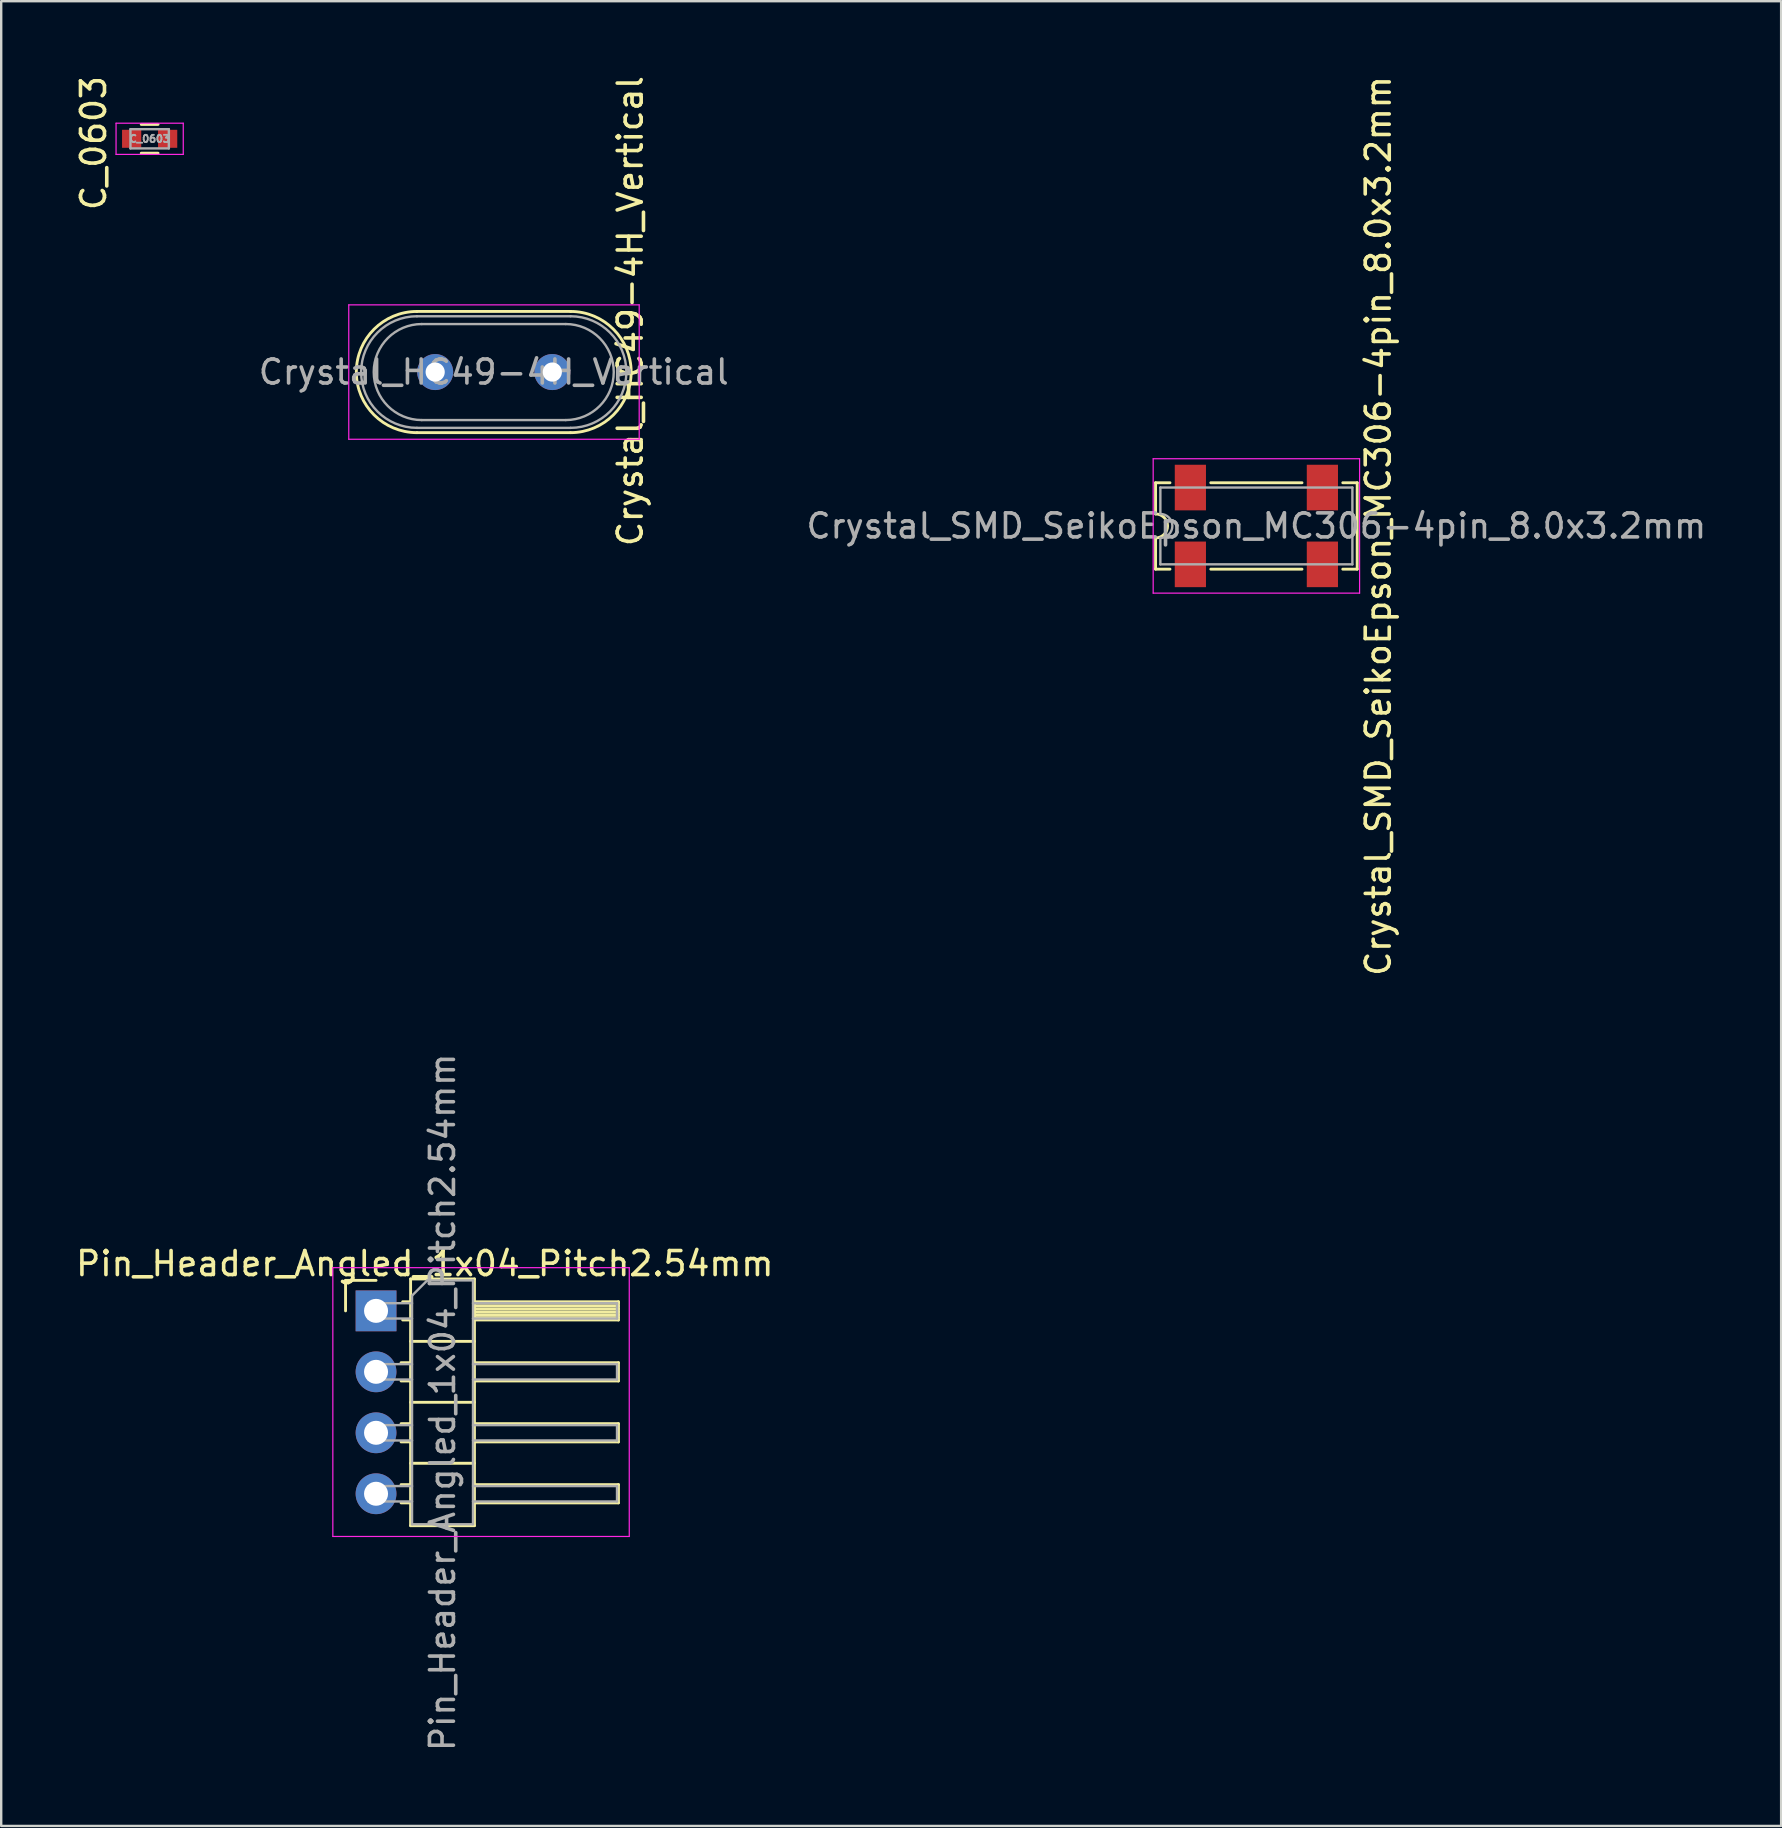
<source format=kicad_pcb>
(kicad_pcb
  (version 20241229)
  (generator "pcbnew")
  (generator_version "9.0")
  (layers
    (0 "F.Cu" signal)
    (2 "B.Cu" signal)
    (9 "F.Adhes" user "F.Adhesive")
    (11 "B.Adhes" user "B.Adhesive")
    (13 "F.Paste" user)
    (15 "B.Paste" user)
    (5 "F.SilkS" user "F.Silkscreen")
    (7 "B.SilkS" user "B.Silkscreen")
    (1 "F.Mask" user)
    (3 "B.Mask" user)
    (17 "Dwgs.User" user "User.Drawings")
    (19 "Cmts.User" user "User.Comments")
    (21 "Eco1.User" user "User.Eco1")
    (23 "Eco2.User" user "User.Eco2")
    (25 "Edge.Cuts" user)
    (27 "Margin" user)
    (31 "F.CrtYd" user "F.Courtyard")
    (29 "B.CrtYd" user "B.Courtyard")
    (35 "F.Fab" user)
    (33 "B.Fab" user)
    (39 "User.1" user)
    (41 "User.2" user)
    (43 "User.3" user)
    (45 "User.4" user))
  (footprint "Pin_Header_Angled_1x04_Pitch2.54mm"
    (layer "F.Cu")
    (at 12.617 51.565)
    (property "Reference" "Pin_Header_Angled_1x04_Pitch2.54mm" (at 2.032 -1.968 0) (layer "F.SilkS") (effects (font (size 1 1) (thickness 0.15))))
    (attr through_hole)
    (fp_line (start -1.27 -1.27) (end 0 -1.27) (stroke (width 0.12) (type solid)) (layer "F.SilkS"))
    (fp_line (start -1.27 0) (end -1.27 -1.27) (stroke (width 0.12) (type solid)) (layer "F.SilkS"))
    (fp_line (start 1.043 2.16) (end 1.44 2.16) (stroke (width 0.12) (type solid)) (layer "F.SilkS"))
    (fp_line (start 1.043 2.92) (end 1.44 2.92) (stroke (width 0.12) (type solid)) (layer "F.SilkS"))
    (fp_line (start 1.043 4.7) (end 1.44 4.7) (stroke (width 0.12) (type solid)) (layer "F.SilkS"))
    (fp_line (start 1.043 5.46) (end 1.44 5.46) (stroke (width 0.12) (type solid)) (layer "F.SilkS"))
    (fp_line (start 1.043 7.24) (end 1.44 7.24) (stroke (width 0.12) (type solid)) (layer "F.SilkS"))
    (fp_line (start 1.043 8) (end 1.44 8) (stroke (width 0.12) (type solid)) (layer "F.SilkS"))
    (fp_line (start 1.11 -0.38) (end 1.44 -0.38) (stroke (width 0.12) (type solid)) (layer "F.SilkS"))
    (fp_line (start 1.11 0.38) (end 1.44 0.38) (stroke (width 0.12) (type solid)) (layer "F.SilkS"))
    (fp_line (start 1.44 -1.33) (end 1.44 8.95) (stroke (width 0.12) (type solid)) (layer "F.SilkS"))
    (fp_line (start 1.44 1.27) (end 4.1 1.27) (stroke (width 0.12) (type solid)) (layer "F.SilkS"))
    (fp_line (start 1.44 3.81) (end 4.1 3.81) (stroke (width 0.12) (type solid)) (layer "F.SilkS"))
    (fp_line (start 1.44 6.35) (end 4.1 6.35) (stroke (width 0.12) (type solid)) (layer "F.SilkS"))
    (fp_line (start 1.44 8.95) (end 4.1 8.95) (stroke (width 0.12) (type solid)) (layer "F.SilkS"))
    (fp_line (start 4.1 -1.33) (end 1.44 -1.33) (stroke (width 0.12) (type solid)) (layer "F.SilkS"))
    (fp_line (start 4.1 -0.38) (end 10.1 -0.38) (stroke (width 0.12) (type solid)) (layer "F.SilkS"))
    (fp_line (start 4.1 -0.32) (end 10.1 -0.32) (stroke (width 0.12) (type solid)) (layer "F.SilkS"))
    (fp_line (start 4.1 -0.2) (end 10.1 -0.2) (stroke (width 0.12) (type solid)) (layer "F.SilkS"))
    (fp_line (start 4.1 -0.08) (end 10.1 -0.08) (stroke (width 0.12) (type solid)) (layer "F.SilkS"))
    (fp_line (start 4.1 0.04) (end 10.1 0.04) (stroke (width 0.12) (type solid)) (layer "F.SilkS"))
    (fp_line (start 4.1 0.16) (end 10.1 0.16) (stroke (width 0.12) (type solid)) (layer "F.SilkS"))
    (fp_line (start 4.1 0.28) (end 10.1 0.28) (stroke (width 0.12) (type solid)) (layer "F.SilkS"))
    (fp_line (start 4.1 2.16) (end 10.1 2.16) (stroke (width 0.12) (type solid)) (layer "F.SilkS"))
    (fp_line (start 4.1 4.7) (end 10.1 4.7) (stroke (width 0.12) (type solid)) (layer "F.SilkS"))
    (fp_line (start 4.1 7.24) (end 10.1 7.24) (stroke (width 0.12) (type solid)) (layer "F.SilkS"))
    (fp_line (start 4.1 8.95) (end 4.1 -1.33) (stroke (width 0.12) (type solid)) (layer "F.SilkS"))
    (fp_line (start 10.1 -0.38) (end 10.1 0.38) (stroke (width 0.12) (type solid)) (layer "F.SilkS"))
    (fp_line (start 10.1 0.38) (end 4.1 0.38) (stroke (width 0.12) (type solid)) (layer "F.SilkS"))
    (fp_line (start 10.1 2.16) (end 10.1 2.92) (stroke (width 0.12) (type solid)) (layer "F.SilkS"))
    (fp_line (start 10.1 2.92) (end 4.1 2.92) (stroke (width 0.12) (type solid)) (layer "F.SilkS"))
    (fp_line (start 10.1 4.7) (end 10.1 5.46) (stroke (width 0.12) (type solid)) (layer "F.SilkS"))
    (fp_line (start 10.1 5.46) (end 4.1 5.46) (stroke (width 0.12) (type solid)) (layer "F.SilkS"))
    (fp_line (start 10.1 7.24) (end 10.1 8) (stroke (width 0.12) (type solid)) (layer "F.SilkS"))
    (fp_line (start 10.1 8) (end 4.1 8) (stroke (width 0.12) (type solid)) (layer "F.SilkS"))
    (fp_line (start -1.8 -1.8) (end -1.8 9.4) (stroke (width 0.05) (type solid)) (layer "F.CrtYd"))
    (fp_line (start -1.8 9.4) (end 10.55 9.4) (stroke (width 0.05) (type solid)) (layer "F.CrtYd"))
    (fp_line (start 10.55 -1.8) (end -1.8 -1.8) (stroke (width 0.05) (type solid)) (layer "F.CrtYd"))
    (fp_line (start 10.55 9.4) (end 10.55 -1.8) (stroke (width 0.05) (type solid)) (layer "F.CrtYd"))
    (fp_line (start -0.32 -0.32) (end -0.32 0.32) (stroke (width 0.1) (type solid)) (layer "F.Fab"))
    (fp_line (start -0.32 -0.32) (end 1.5 -0.32) (stroke (width 0.1) (type solid)) (layer "F.Fab"))
    (fp_line (start -0.32 0.32) (end 1.5 0.32) (stroke (width 0.1) (type solid)) (layer "F.Fab"))
    (fp_line (start -0.32 2.22) (end -0.32 2.86) (stroke (width 0.1) (type solid)) (layer "F.Fab"))
    (fp_line (start -0.32 2.22) (end 1.5 2.22) (stroke (width 0.1) (type solid)) (layer "F.Fab"))
    (fp_line (start -0.32 2.86) (end 1.5 2.86) (stroke (width 0.1) (type solid)) (layer "F.Fab"))
    (fp_line (start -0.32 4.76) (end -0.32 5.4) (stroke (width 0.1) (type solid)) (layer "F.Fab"))
    (fp_line (start -0.32 4.76) (end 1.5 4.76) (stroke (width 0.1) (type solid)) (layer "F.Fab"))
    (fp_line (start -0.32 5.4) (end 1.5 5.4) (stroke (width 0.1) (type solid)) (layer "F.Fab"))
    (fp_line (start -0.32 7.3) (end -0.32 7.94) (stroke (width 0.1) (type solid)) (layer "F.Fab"))
    (fp_line (start -0.32 7.3) (end 1.5 7.3) (stroke (width 0.1) (type solid)) (layer "F.Fab"))
    (fp_line (start -0.32 7.94) (end 1.5 7.94) (stroke (width 0.1) (type solid)) (layer "F.Fab"))
    (fp_line (start 1.5 -0.635) (end 2.135 -1.27) (stroke (width 0.1) (type solid)) (layer "F.Fab"))
    (fp_line (start 1.5 8.89) (end 1.5 -0.635) (stroke (width 0.1) (type solid)) (layer "F.Fab"))
    (fp_line (start 2.135 -1.27) (end 4.04 -1.27) (stroke (width 0.1) (type solid)) (layer "F.Fab"))
    (fp_line (start 4.04 -1.27) (end 4.04 8.89) (stroke (width 0.1) (type solid)) (layer "F.Fab"))
    (fp_line (start 4.04 -0.32) (end 10.04 -0.32) (stroke (width 0.1) (type solid)) (layer "F.Fab"))
    (fp_line (start 4.04 0.32) (end 10.04 0.32) (stroke (width 0.1) (type solid)) (layer "F.Fab"))
    (fp_line (start 4.04 2.22) (end 10.04 2.22) (stroke (width 0.1) (type solid)) (layer "F.Fab"))
    (fp_line (start 4.04 2.86) (end 10.04 2.86) (stroke (width 0.1) (type solid)) (layer "F.Fab"))
    (fp_line (start 4.04 4.76) (end 10.04 4.76) (stroke (width 0.1) (type solid)) (layer "F.Fab"))
    (fp_line (start 4.04 5.4) (end 10.04 5.4) (stroke (width 0.1) (type solid)) (layer "F.Fab"))
    (fp_line (start 4.04 7.3) (end 10.04 7.3) (stroke (width 0.1) (type solid)) (layer "F.Fab"))
    (fp_line (start 4.04 7.94) (end 10.04 7.94) (stroke (width 0.1) (type solid)) (layer "F.Fab"))
    (fp_line (start 4.04 8.89) (end 1.5 8.89) (stroke (width 0.1) (type solid)) (layer "F.Fab"))
    (fp_line (start 10.04 -0.32) (end 10.04 0.32) (stroke (width 0.1) (type solid)) (layer "F.Fab"))
    (fp_line (start 10.04 2.22) (end 10.04 2.86) (stroke (width 0.1) (type solid)) (layer "F.Fab"))
    (fp_line (start 10.04 4.76) (end 10.04 5.4) (stroke (width 0.1) (type solid)) (layer "F.Fab"))
    (fp_line (start 10.04 7.3) (end 10.04 7.94) (stroke (width 0.1) (type solid)) (layer "F.Fab"))
    (fp_text user "${REFERENCE}" (at 2.77 3.81 90) (layer "F.Fab") (effects (font (size 1 1) (thickness 0.15))))
    (pad "1" thru_hole rect (at 0 0) (size 1.7 1.7) (drill 1) (layers "*.Cu" "*.Mask"))
    (pad "2" thru_hole oval (at 0 2.54) (size 1.7 1.7) (drill 1) (layers "*.Cu" "*.Mask"))
    (pad "3" thru_hole oval (at 0 5.08) (size 1.7 1.7) (drill 1) (layers "*.Cu" "*.Mask"))
    (pad "4" thru_hole oval (at 0 7.62) (size 1.7 1.7) (drill 1) (layers "*.Cu" "*.Mask")))
  (footprint "Crystal_HC49-4H_Vertical"
    (layer "F.Cu")
    (at 15.081 12.451)
    (property "Reference" "Crystal_HC49-4H_Vertical" (at 8.128 -2.54 90) (layer "F.SilkS") (effects (font (size 1 1) (thickness 0.15))))
    (attr through_hole)
    (fp_line (start -0.76 -2.525) (end 5.64 -2.525) (stroke (width 0.12) (type solid)) (layer "F.SilkS"))
    (fp_line (start -0.76 2.525) (end 5.64 2.525) (stroke (width 0.12) (type solid)) (layer "F.SilkS"))
    (fp_arc (start -0.76 2.525) (mid -3.285 0) (end -0.76 -2.525) (stroke (width 0.12) (type solid)) (layer "F.SilkS"))
    (fp_arc (start 5.64 -2.525) (mid 8.165 0) (end 5.64 2.525) (stroke (width 0.12) (type solid)) (layer "F.SilkS"))
    (fp_line (start -3.6 -2.8) (end -3.6 2.8) (stroke (width 0.05) (type solid)) (layer "F.CrtYd"))
    (fp_line (start -3.6 2.8) (end 8.5 2.8) (stroke (width 0.05) (type solid)) (layer "F.CrtYd"))
    (fp_line (start 8.5 -2.8) (end -3.6 -2.8) (stroke (width 0.05) (type solid)) (layer "F.CrtYd"))
    (fp_line (start 8.5 2.8) (end 8.5 -2.8) (stroke (width 0.05) (type solid)) (layer "F.CrtYd"))
    (fp_line (start -0.76 -2.325) (end 5.64 -2.325) (stroke (width 0.1) (type solid)) (layer "F.Fab"))
    (fp_line (start -0.76 2.325) (end 5.64 2.325) (stroke (width 0.1) (type solid)) (layer "F.Fab"))
    (fp_line (start -0.56 -2) (end 5.44 -2) (stroke (width 0.1) (type solid)) (layer "F.Fab"))
    (fp_line (start -0.56 2) (end 5.44 2) (stroke (width 0.1) (type solid)) (layer "F.Fab"))
    (fp_arc (start -0.76 2.325) (mid -3.085 0) (end -0.76 -2.325) (stroke (width 0.1) (type solid)) (layer "F.Fab"))
    (fp_arc (start -0.56 2) (mid -2.56 0) (end -0.56 -2) (stroke (width 0.1) (type solid)) (layer "F.Fab"))
    (fp_arc (start 5.44 -2) (mid 7.44 0) (end 5.44 2) (stroke (width 0.1) (type solid)) (layer "F.Fab"))
    (fp_arc (start 5.64 -2.325) (mid 7.965 0) (end 5.64 2.325) (stroke (width 0.1) (type solid)) (layer "F.Fab"))
    (fp_text user "${REFERENCE}" (at 2.44 0 180) (layer "F.Fab") (effects (font (size 1 1) (thickness 0.15))))
    (pad "1" thru_hole circle (at 0 0) (size 1.5 1.5) (drill 0.8) (layers "*.Cu" "*.Mask"))
    (pad "2" thru_hole circle (at 4.88 0) (size 1.5 1.5) (drill 0.8) (layers "*.Cu" "*.Mask")))
  (footprint "C_0603"
    (layer "F.Cu")
    (at 3.185 2.733)
    (property "Reference" "C_0603" (at -2.337 0.178 270) (layer "F.SilkS") (effects (font (size 1 1) (thickness 0.15))))
    (attr smd)
    (fp_line (start -0.35 -0.6) (end 0.35 -0.6) (stroke (width 0.12) (type solid)) (layer "F.SilkS"))
    (fp_line (start 0.35 0.6) (end -0.35 0.6) (stroke (width 0.12) (type solid)) (layer "F.SilkS"))
    (fp_line (start -1.4 -0.65) (end -1.4 0.65) (stroke (width 0.05) (type solid)) (layer "F.CrtYd"))
    (fp_line (start -1.4 -0.65) (end 1.4 -0.65) (stroke (width 0.05) (type solid)) (layer "F.CrtYd"))
    (fp_line (start 1.4 0.65) (end -1.4 0.65) (stroke (width 0.05) (type solid)) (layer "F.CrtYd"))
    (fp_line (start 1.4 0.65) (end 1.4 -0.65) (stroke (width 0.05) (type solid)) (layer "F.CrtYd"))
    (fp_line (start -0.8 -0.4) (end 0.8 -0.4) (stroke (width 0.1) (type solid)) (layer "F.Fab"))
    (fp_line (start -0.8 0.4) (end -0.8 -0.4) (stroke (width 0.1) (type solid)) (layer "F.Fab"))
    (fp_line (start 0.8 -0.4) (end 0.8 0.4) (stroke (width 0.1) (type solid)) (layer "F.Fab"))
    (fp_line (start 0.8 0.4) (end -0.8 0.4) (stroke (width 0.1) (type solid)) (layer "F.Fab"))
    (fp_text user "${REFERENCE}" (at 0 0 0) (layer "F.Fab") (effects (font (size 0.3 0.3) (thickness 0.075))))
    (pad "1" smd rect (at -0.75 0) (size 0.8 0.75) (layers "F.Cu" "F.Mask" "F.Paste"))
    (pad "2" smd rect (at 0.75 0) (size 0.8 0.75) (layers "F.Cu" "F.Mask" "F.Paste")))
  (footprint "Crystal_SMD_SeikoEpson_MC306-4pin_8.0x3.2mm"
    (layer "F.Cu")
    (at 49.295 18.863)
    (property "Reference" "Crystal_SMD_SeikoEpson_MC306-4pin_8.0x3.2mm" (at 5.08 0 90) (layer "F.SilkS") (effects (font (size 1 1) (thickness 0.15))))
    (attr smd)
    (fp_line (start -4.2 -1.8) (end -3.6 -1.8) (stroke (width 0.12) (type solid)) (layer "F.SilkS"))
    (fp_line (start -4.2 -0.5) (end -4.2 -1.8) (stroke (width 0.12) (type solid)) (layer "F.SilkS"))
    (fp_line (start -4.2 1.8) (end -4.2 0.5) (stroke (width 0.12) (type solid)) (layer "F.SilkS"))
    (fp_line (start -4.2 1.8) (end -3.6 1.8) (stroke (width 0.12) (type solid)) (layer "F.SilkS"))
    (fp_line (start -1.9 -1.8) (end 1.9 -1.8) (stroke (width 0.12) (type solid)) (layer "F.SilkS"))
    (fp_line (start 1.9 1.8) (end -1.9 1.8) (stroke (width 0.12) (type solid)) (layer "F.SilkS"))
    (fp_line (start 3.6 -1.8) (end 4.2 -1.8) (stroke (width 0.12) (type solid)) (layer "F.SilkS"))
    (fp_line (start 4.2 -1.8) (end 4.2 1.8) (stroke (width 0.12) (type solid)) (layer "F.SilkS"))
    (fp_line (start 4.2 1.8) (end 3.6 1.8) (stroke (width 0.12) (type solid)) (layer "F.SilkS"))
    (fp_arc (start -4.2 -0.5) (mid -3.7 0) (end -4.2 0.5) (stroke (width 0.12) (type solid)) (layer "F.SilkS"))
    (fp_line (start -4.3 -2.8) (end -4.3 2.8) (stroke (width 0.05) (type solid)) (layer "F.CrtYd"))
    (fp_line (start -4.3 2.8) (end 4.3 2.8) (stroke (width 0.05) (type solid)) (layer "F.CrtYd"))
    (fp_line (start 4.3 -2.8) (end -4.3 -2.8) (stroke (width 0.05) (type solid)) (layer "F.CrtYd"))
    (fp_line (start 4.3 2.8) (end 4.3 -2.8) (stroke (width 0.05) (type solid)) (layer "F.CrtYd"))
    (fp_line (start -4 -1.6) (end 4 -1.6) (stroke (width 0.1) (type solid)) (layer "F.Fab"))
    (fp_line (start -4 -0.5) (end -4 -1.6) (stroke (width 0.1) (type solid)) (layer "F.Fab"))
    (fp_line (start -4 1.6) (end -4 0.5) (stroke (width 0.1) (type solid)) (layer "F.Fab"))
    (fp_line (start 4 -1.6) (end 4 1.6) (stroke (width 0.1) (type solid)) (layer "F.Fab"))
    (fp_line (start 4 1.6) (end -4 1.6) (stroke (width 0.1) (type solid)) (layer "F.Fab"))
    (fp_arc (start -4 -0.5) (mid -3.5 0) (end -4 0.5) (stroke (width 0.1) (type solid)) (layer "F.Fab"))
    (fp_text user "${REFERENCE}" (at 0 0 180) (layer "F.Fab") (effects (font (size 1 1) (thickness 0.15))))
    (pad "1" smd rect (at -2.75 1.6) (size 1.3 1.9) (layers "F.Cu" "F.Mask" "F.Paste"))
    (pad "2" smd rect (at 2.75 1.6) (size 1.3 1.9) (layers "F.Cu" "F.Mask" "F.Paste"))
    (pad "3" smd rect (at 2.75 -1.6) (size 1.3 1.9) (layers "F.Cu" "F.Mask" "F.Paste"))
    (pad "4" smd rect (at -2.75 -1.6) (size 1.3 1.9) (layers "F.Cu" "F.Mask" "F.Paste")))
  (gr_rect
    (start -3 -3)
    (end 71.158 73.024)
    (stroke (width 0.1) (type default))
    (fill no)
    (layer "Edge.Cuts")))
</source>
